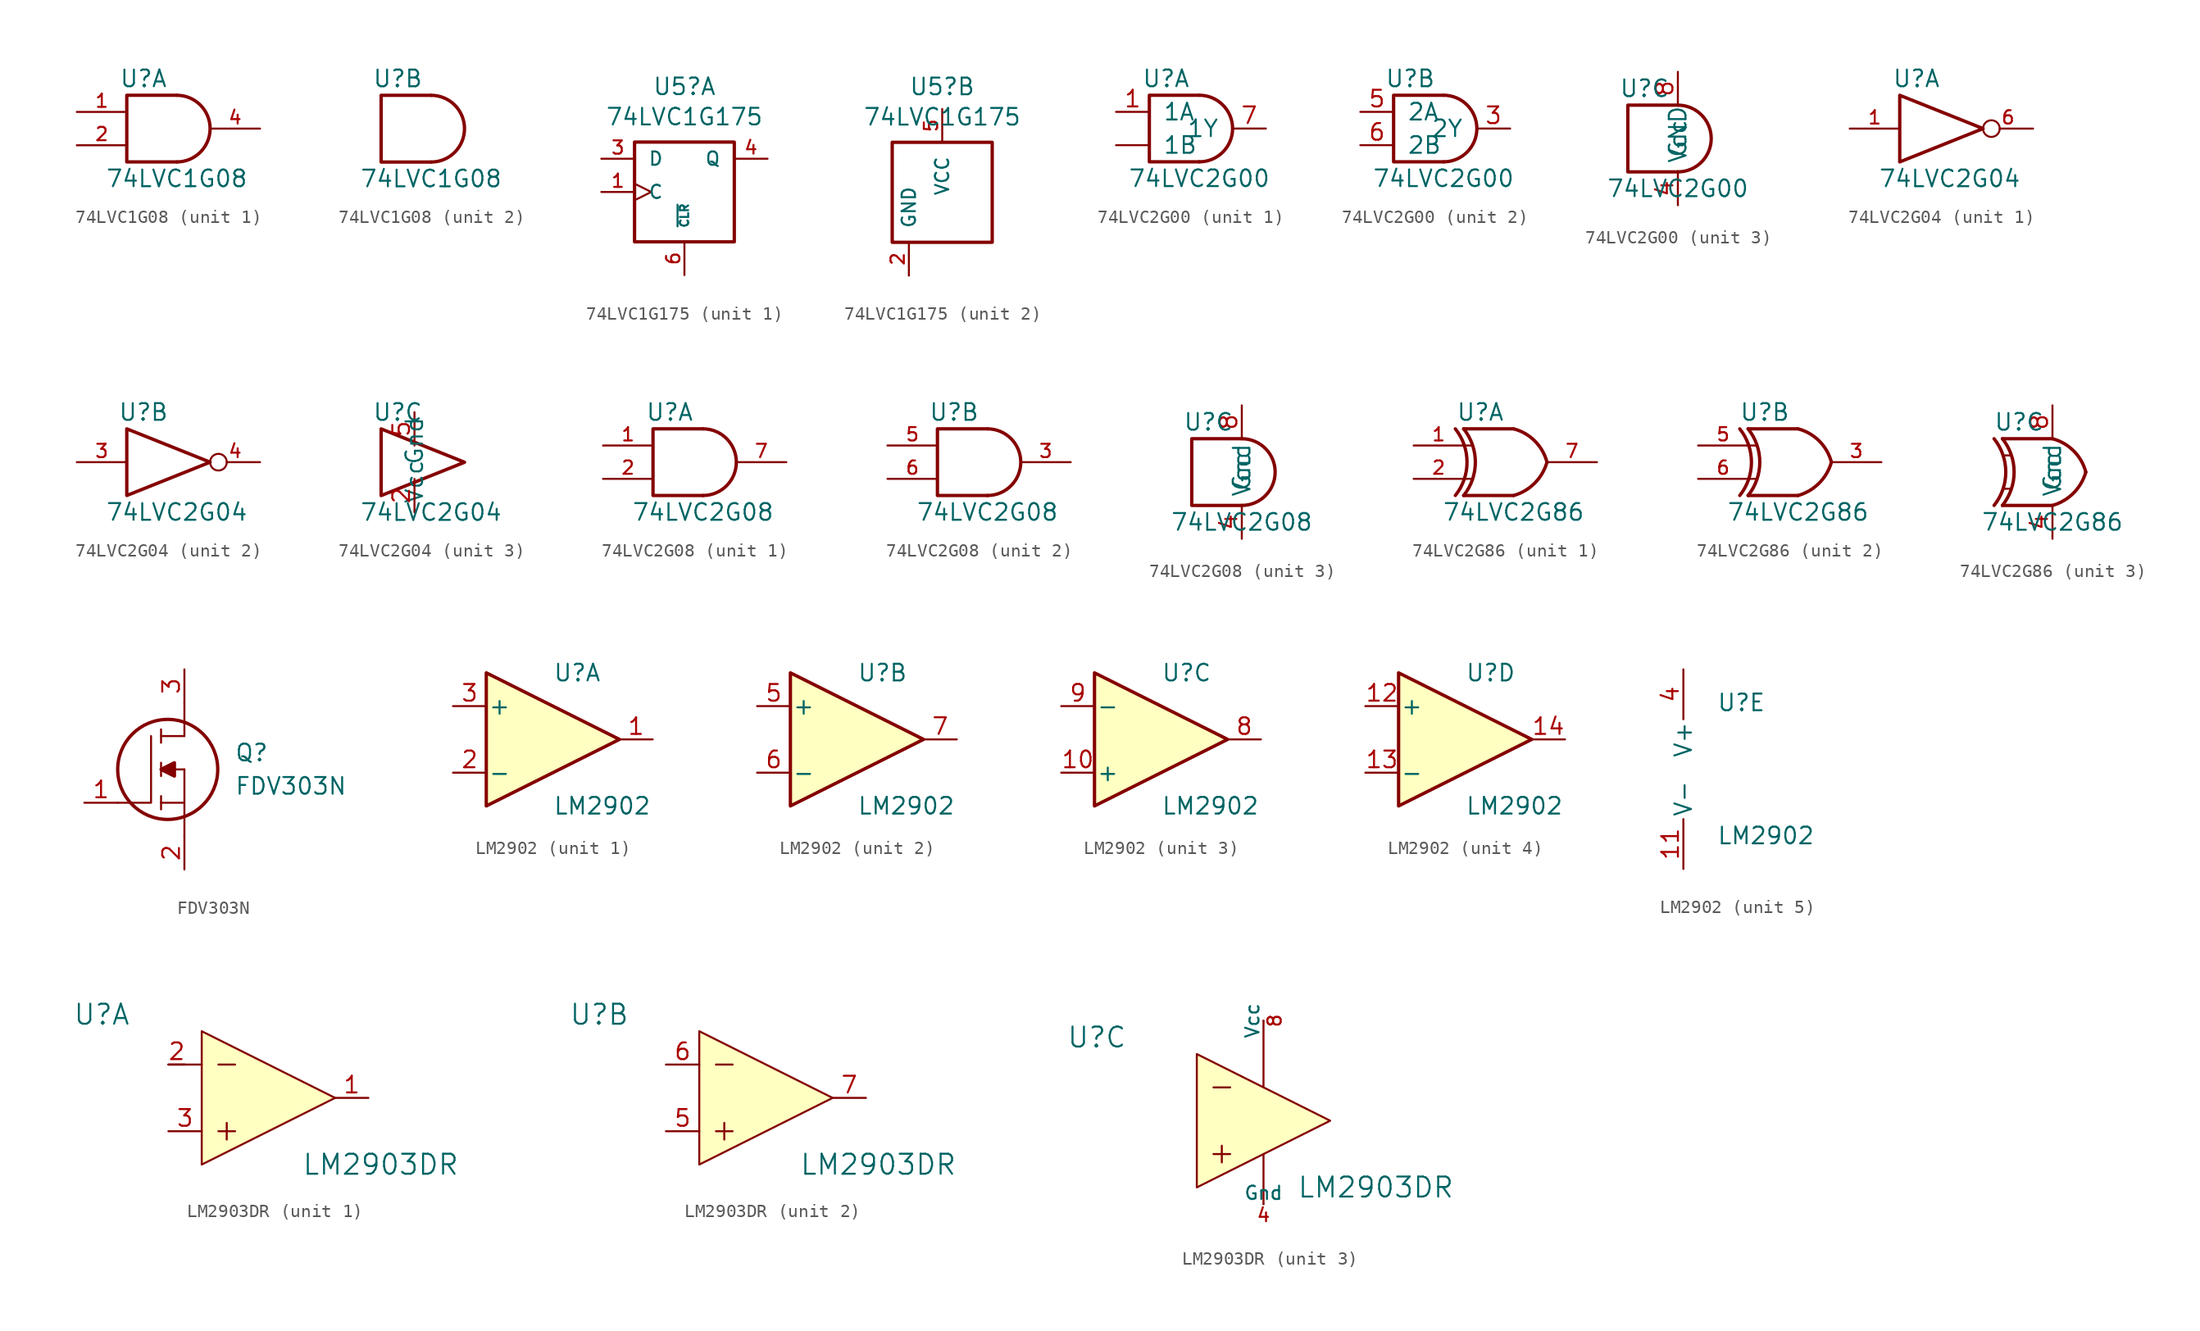
<source format=kicad_sym>
(kicad_symbol_lib
  (version 20211014)
  (generator kicad_symbol_editor)
  (symbol "74LVC1G08"
    (pin_names
      (offset 1.016))
    (property "Reference" "U"
      (at -2.54 3.81 0)
      (effects (font (size 1.27 1.27))))
    (property "Value" "74LVC1G08"
      (at 0 -3.81 0)
      (effects (font (size 1.27 1.27))))
    (property "ki_locked" ""
      (at 0 0 0)
      (effects (font (size 1.27 1.27))))
    (symbol "74LVC1G08_0_1"
      (arc (start 0 -2.54) (mid 2.54 0) (end 0 2.54) (stroke (width 0.254) (type default) (color 0 0 0 0)) (fill (type none)))
      (polyline (pts (xy 0 -2.54) (xy -3.81 -2.54) (xy -3.81 2.54) (xy 0 2.54)) (stroke (width 0.254) (type default) (color 0 0 0 0)) (fill (type none))))
    (symbol "74LVC1G08_1_1"
      (pin input line (at -7.62 1.27 0) (length 3.81) (name "~" (effects (font (size 1.016 1.016)))) (number "1" (effects (font (size 1.016 1.016)))))
      (pin input line (at -7.62 -1.27 0) (length 3.81) (name "~" (effects (font (size 1.016 1.016)))) (number "2" (effects (font (size 1.016 1.016)))))
      (pin output line (at 6.35 0 180) (length 3.81) (name "~" (effects (font (size 1.016 1.016)))) (number "4" (effects (font (size 1.016 1.016))))))
    (symbol "74LVC1G08_2_1"
      (pin power_in line (at 0 -2.54 270) (length 0) hide (name "GND" (effects (font (size 1.016 1.016)))) (number "3" (effects (font (size 1.016 1.016)))))
      (pin power_in line (at 0 2.54 90) (length 0) hide (name "VCC" (effects (font (size 1.016 1.016)))) (number "5" (effects (font (size 1.016 1.016)))))))
  (symbol "74LVC1G175"
    (pin_names
      (offset 1.016))
    (property "Reference" "U5"
      (at 0 8.052 0)
      (effects (font (size 1.27 1.27))))
    (property "Value" "74LVC1G175"
      (at 0 5.74 0)
      (effects (font (size 1.27 1.27))))
    (property "ki_locked" ""
      (at 0 0 0)
      (effects (font (size 1.27 1.27))))
    (symbol "74LVC1G175_0_1"
      (rectangle (start -3.81 3.81) (end 3.81 -3.81) (stroke (width 0.254) (type default) (color 0 0 0 0)) (fill (type none))))
    (symbol "74LVC1G175_1_1"
      (pin input clock (at -6.35 0 0) (length 2.54) (name "C" (effects (font (size 1.016 1.016)))) (number "1" (effects (font (size 1.016 1.016)))))
      (pin input line (at -6.35 2.54 0) (length 2.54) (name "D" (effects (font (size 1.016 1.016)))) (number "3" (effects (font (size 1.016 1.016)))))
      (pin output line (at 6.35 2.54 180) (length 2.54) (name "Q" (effects (font (size 1.016 1.016)))) (number "4" (effects (font (size 1.016 1.016)))))
      (pin input line (at 0 -6.35 90) (length 2.54) (name "~{CLR}" (effects (font (size 0.635 0.635)))) (number "6" (effects (font (size 1.016 1.016))))))
    (symbol "74LVC1G175_2_1"
      (pin power_in line (at -2.54 -6.35 90) (length 2.54) (name "GND" (effects (font (size 1.016 1.016)))) (number "2" (effects (font (size 1.016 1.016)))))
      (pin power_in line (at 0 6.35 270) (length 2.54) (name "VCC" (effects (font (size 1.016 1.016)))) (number "5" (effects (font (size 1.016 1.016)))))))
  (symbol "74LVC2G00"
    (pin_names
      (offset 1.016))
    (property "Reference" "U"
      (at -2.54 3.81 0)
      (effects (font (size 1.27 1.27))))
    (property "Value" "74LVC2G00"
      (at 0 -3.81 0)
      (effects (font (size 1.27 1.27))))
    (property "ki_locked" ""
      (at 0 0 0)
      (effects (font (size 1.27 1.27))))
    (symbol "74LVC2G00_0_1"
      (arc (start 0 -2.54) (mid 2.54 0) (end 0 2.54) (stroke (width 0.254) (type default) (color 0 0 0 0)) (fill (type none)))
      (polyline (pts (xy 0 -2.54) (xy -3.81 -2.54) (xy -3.81 2.54) (xy 0 2.54)) (stroke (width 0.254) (type default) (color 0 0 0 0)) (fill (type none))))
    (symbol "74LVC2G00_1_1"
      (pin input line (at -6.35 1.27 0) (length 2.54) (name "1A" (effects (font (size 1.27 1.27)))) (number "1" (effects (font (size 1.27 1.27)))))
      (pin output line (at 5.08 0 180) (length 2.54) (name "1Y" (effects (font (size 1.27 1.27)))) (number "7" (effects (font (size 1.27 1.27)))))
      (pin input line (at -6.35 -1.27 0) (length 2.54) (name "1B" (effects (font (size 1.27 1.27)))) (number "~" (effects (font (size 1.27 1.27))))))
    (symbol "74LVC2G00_2_1"
      (pin output line (at 5.08 0 180) (length 2.54) (name "2Y" (effects (font (size 1.27 1.27)))) (number "3" (effects (font (size 1.27 1.27)))))
      (pin output line (at -6.35 1.27 0) (length 2.54) (name "2A" (effects (font (size 1.27 1.27)))) (number "5" (effects (font (size 1.27 1.27)))))
      (pin output line (at -6.35 -1.27 0) (length 2.54) (name "2B" (effects (font (size 1.27 1.27)))) (number "6" (effects (font (size 1.27 1.27))))))
    (symbol "74LVC2G00_3_1"
      (pin power_in line (at 0 -5.08 90) (length 2.54) (name "GND" (effects (font (size 1.27 1.27)))) (number "4" (effects (font (size 1.27 1.27)))))
      (pin power_in line (at 0 5.08 270) (length 2.54) (name "Vcc" (effects (font (size 1.27 1.27)))) (number "8" (effects (font (size 1.27 1.27)))))))
  (symbol "74LVC2G04"
    (pin_names
      (offset 1.016))
    (property "Reference" "U"
      (at -2.54 3.81 0)
      (effects (font (size 1.27 1.27))))
    (property "Value" "74LVC2G04"
      (at 0 -3.81 0)
      (effects (font (size 1.27 1.27))))
    (property "ki_locked" ""
      (at 0 0 0)
      (effects (font (size 1.27 1.27))))
    (symbol "74LVC2G04_0_1"
      (polyline (pts (xy -3.81 2.54) (xy -3.81 -2.54) (xy 2.54 0) (xy -3.81 2.54)) (stroke (width 0.254) (type default) (color 0 0 0 0)) (fill (type none))))
    (symbol "74LVC2G04_1_1"
      (pin input line (at -7.62 0 0) (length 3.81) (name "~" (effects (font (size 1.016 1.016)))) (number "1" (effects (font (size 1.016 1.016)))))
      (pin output inverted (at 6.35 0 180) (length 3.81) (name "~" (effects (font (size 1.016 1.016)))) (number "6" (effects (font (size 1.016 1.016))))))
    (symbol "74LVC2G04_2_1"
      (pin input line (at -7.62 0 0) (length 3.81) (name "~" (effects (font (size 1.016 1.016)))) (number "3" (effects (font (size 1.016 1.016)))))
      (pin output inverted (at 6.35 0 180) (length 3.81) (name "~" (effects (font (size 1.016 1.016)))) (number "4" (effects (font (size 1.016 1.016))))))
    (symbol "74LVC2G04_3_1"
      (pin power_in line (at -1.27 -3.81 90) (length 2.54) (name "Gnd" (effects (font (size 1.27 1.27)))) (number "2" (effects (font (size 1.27 1.27)))))
      (pin power_in line (at -1.27 3.81 270) (length 2.54) (name "Vcc" (effects (font (size 1.27 1.27)))) (number "5" (effects (font (size 1.27 1.27)))))))
  (symbol "74LVC2G08"
    (pin_names
      (offset 1.016))
    (property "Reference" "U"
      (at -2.54 3.81 0)
      (effects (font (size 1.27 1.27))))
    (property "Value" "74LVC2G08"
      (at 0 -3.81 0)
      (effects (font (size 1.27 1.27))))
    (property "ki_locked" ""
      (at 0 0 0)
      (effects (font (size 1.27 1.27))))
    (symbol "74LVC2G08_0_1"
      (arc (start 0 -2.54) (mid 2.54 0) (end 0 2.54) (stroke (width 0.254) (type default) (color 0 0 0 0)) (fill (type none)))
      (polyline (pts (xy 0 -2.54) (xy -3.81 -2.54) (xy -3.81 2.54) (xy 0 2.54)) (stroke (width 0.254) (type default) (color 0 0 0 0)) (fill (type none))))
    (symbol "74LVC2G08_1_1"
      (pin input line (at -7.62 1.27 0) (length 3.81) (name "~" (effects (font (size 1.016 1.016)))) (number "1" (effects (font (size 1.016 1.016)))))
      (pin input line (at -7.62 -1.27 0) (length 3.81) (name "~" (effects (font (size 1.016 1.016)))) (number "2" (effects (font (size 1.016 1.016)))))
      (pin output line (at 6.35 0 180) (length 3.81) (name "~" (effects (font (size 1.016 1.016)))) (number "7" (effects (font (size 1.016 1.016))))))
    (symbol "74LVC2G08_2_1"
      (pin output line (at 6.35 0 180) (length 3.81) (name "~" (effects (font (size 1.016 1.016)))) (number "3" (effects (font (size 1.016 1.016)))))
      (pin input line (at -7.62 1.27 0) (length 3.81) (name "~" (effects (font (size 1.016 1.016)))) (number "5" (effects (font (size 1.016 1.016)))))
      (pin input line (at -7.62 -1.27 0) (length 3.81) (name "~" (effects (font (size 1.016 1.016)))) (number "6" (effects (font (size 1.016 1.016))))))
    (symbol "74LVC2G08_3_1"
      (pin power_in line (at 0 -5.08 90) (length 2.54) (name "Gnd" (effects (font (size 1.27 1.27)))) (number "4" (effects (font (size 1.27 1.27)))))
      (pin power_in line (at 0 5.08 270) (length 2.54) (name "Vcc" (effects (font (size 1.27 1.27)))) (number "8" (effects (font (size 1.27 1.27)))))))
  (symbol "74LVC2G86"
    (pin_names
      (offset 1.016))
    (property "Reference" "U"
      (at -2.54 3.81 0)
      (effects (font (size 1.27 1.27))))
    (property "Value" "74LVC2G86"
      (at 0 -3.81 0)
      (effects (font (size 1.27 1.27))))
    (property "ki_locked" ""
      (at 0 0 0)
      (effects (font (size 1.27 1.27))))
    (symbol "74LVC2G86_0_1"
      (arc (start -4.445 -2.54) (mid -3.554 0) (end -4.445 2.54) (stroke (width 0.254) (type default) (color 0 0 0 0)) (fill (type none)))
      (arc (start -3.81 -2.54) (mid -2.919 0) (end -3.81 2.54) (stroke (width 0.254) (type default) (color 0 0 0 0)) (fill (type none)))
      (arc (start 0 -2.54) (mid 1.5993 -1.6027) (end 2.54 0) (stroke (width 0.254) (type default) (color 0 0 0 0)) (fill (type none)))
      (polyline (pts (xy -3.81 -1.27) (xy -3.175 -1.27)) (stroke (width 0) (type default) (color 0 0 0 0)) (fill (type none)))
      (polyline (pts (xy -3.81 1.27) (xy -3.175 1.27)) (stroke (width 0) (type default) (color 0 0 0 0)) (fill (type none)))
      (polyline (pts (xy 0 -2.54) (xy -3.81 -2.54)) (stroke (width 0.254) (type default) (color 0 0 0 0)) (fill (type background)))
      (polyline (pts (xy 0 2.54) (xy -3.81 2.54)) (stroke (width 0.254) (type default) (color 0 0 0 0)) (fill (type background)))
      (arc (start 2.54 0) (mid 1.6119 1.6152) (end 0 2.54) (stroke (width 0.254) (type default) (color 0 0 0 0)) (fill (type none))))
    (symbol "74LVC2G86_1_1"
      (pin input line (at -7.62 1.27 0) (length 3.81) (name "~" (effects (font (size 1.016 1.016)))) (number "1" (effects (font (size 1.016 1.016)))))
      (pin input line (at -7.62 -1.27 0) (length 3.81) (name "~" (effects (font (size 1.016 1.016)))) (number "2" (effects (font (size 1.016 1.016)))))
      (pin output line (at 6.35 0 180) (length 3.81) (name "~" (effects (font (size 1.016 1.016)))) (number "7" (effects (font (size 1.016 1.016))))))
    (symbol "74LVC2G86_2_1"
      (pin output line (at 6.35 0 180) (length 3.81) (name "~" (effects (font (size 1.016 1.016)))) (number "3" (effects (font (size 1.016 1.016)))))
      (pin input line (at -7.62 1.27 0) (length 3.81) (name "~" (effects (font (size 1.016 1.016)))) (number "5" (effects (font (size 1.016 1.016)))))
      (pin input line (at -7.62 -1.27 0) (length 3.81) (name "~" (effects (font (size 1.016 1.016)))) (number "6" (effects (font (size 1.016 1.016))))))
    (symbol "74LVC2G86_3_1"
      (pin power_in line (at 0 -5.08 90) (length 2.54) (name "Gnd" (effects (font (size 1.27 1.27)))) (number "4" (effects (font (size 1.27 1.27)))))
      (pin power_in line (at 0 5.08 270) (length 2.54) (name "Vcc" (effects (font (size 1.27 1.27)))) (number "8" (effects (font (size 1.27 1.27)))))))
  (symbol "FDV303N"
    (pin_names
      (offset 0.762))
    (property "Reference" "Q"
      (at 11.43 3.81 0)
      (effects (font (size 1.27 1.27)) (justify left)))
    (property "Value" "FDV303N"
      (at 11.43 1.27 0)
      (effects (font (size 1.27 1.27)) (justify left)))
    (symbol "FDV303N_0_0"
      (pin input line (at 0 0 0) (length 2.54) (name "~" (effects (font (size 1.27 1.27)))) (number "1" (effects (font (size 1.27 1.27)))))
      (pin power_in line (at 7.62 -5.08 90) (length 2.54) (name "~" (effects (font (size 1.27 1.27)))) (number "2" (effects (font (size 1.27 1.27)))))
      (pin output line (at 7.62 10.16 270) (length 2.54) (name "~" (effects (font (size 1.27 1.27)))) (number "3" (effects (font (size 1.27 1.27))))))
    (symbol "FDV303N_0_1"
      (polyline (pts (xy 5.842 -0.508) (xy 5.842 0.508)) (stroke (width 0.152) (type default) (color 0 0 0 0)) (fill (type none)))
      (polyline (pts (xy 5.842 0) (xy 7.62 0)) (stroke (width 0.152) (type default) (color 0 0 0 0)) (fill (type none)))
      (polyline (pts (xy 5.842 2.032) (xy 5.842 3.048)) (stroke (width 0.152) (type default) (color 0 0 0 0)) (fill (type none)))
      (polyline (pts (xy 5.842 5.588) (xy 5.842 4.572)) (stroke (width 0.152) (type default) (color 0 0 0 0)) (fill (type none)))
      (polyline (pts (xy 7.62 2.54) (xy 5.842 2.54)) (stroke (width 0.152) (type default) (color 0 0 0 0)) (fill (type none)))
      (polyline (pts (xy 7.62 2.54) (xy 7.62 -2.54)) (stroke (width 0.152) (type default) (color 0 0 0 0)) (fill (type none)))
      (polyline (pts (xy 7.62 5.08) (xy 5.842 5.08)) (stroke (width 0.152) (type default) (color 0 0 0 0)) (fill (type none)))
      (polyline (pts (xy 7.62 5.08) (xy 7.62 7.62)) (stroke (width 0.152) (type default) (color 0 0 0 0)) (fill (type none)))
      (polyline (pts (xy 2.54 0) (xy 5.08 0) (xy 5.08 5.08)) (stroke (width 0.152) (type default) (color 0 0 0 0)) (fill (type none)))
      (polyline (pts (xy 5.842 2.54) (xy 6.858 3.048) (xy 6.858 2.032) (xy 5.842 2.54)) (stroke (width 0.254) (type default) (color 0 0 0 0)) (fill (type outline)))
      (circle (center 6.35 2.54) (radius 3.81) (stroke (width 0.254) (type default) (color 0 0 0 0)) (fill (type none)))))
  (symbol "LM2902"
    (pin_names
      (offset 0.127))
    (property "Reference" "U"
      (at 0 5.08 0)
      (effects (font (size 1.27 1.27)) (justify left)))
    (property "Value" "LM2902"
      (at 0 -5.08 0)
      (effects (font (size 1.27 1.27)) (justify left)))
    (property "ki_locked" ""
      (at 0 0 0)
      (effects (font (size 1.27 1.27))))
    (symbol "LM2902_1_1"
      (polyline (pts (xy -5.08 5.08) (xy 5.08 0) (xy -5.08 -5.08) (xy -5.08 5.08)) (stroke (width 0.254) (type default) (color 0 0 0 0)) (fill (type background)))
      (pin output line (at 7.62 0 180) (length 2.54) (name "~" (effects (font (size 1.27 1.27)))) (number "1" (effects (font (size 1.27 1.27)))))
      (pin input line (at -7.62 -2.54 0) (length 2.54) (name "-" (effects (font (size 1.27 1.27)))) (number "2" (effects (font (size 1.27 1.27)))))
      (pin input line (at -7.62 2.54 0) (length 2.54) (name "+" (effects (font (size 1.27 1.27)))) (number "3" (effects (font (size 1.27 1.27))))))
    (symbol "LM2902_2_1"
      (polyline (pts (xy -5.08 5.08) (xy 5.08 0) (xy -5.08 -5.08) (xy -5.08 5.08)) (stroke (width 0.254) (type default) (color 0 0 0 0)) (fill (type background)))
      (pin input line (at -7.62 2.54 0) (length 2.54) (name "+" (effects (font (size 1.27 1.27)))) (number "5" (effects (font (size 1.27 1.27)))))
      (pin input line (at -7.62 -2.54 0) (length 2.54) (name "-" (effects (font (size 1.27 1.27)))) (number "6" (effects (font (size 1.27 1.27)))))
      (pin output line (at 7.62 0 180) (length 2.54) (name "~" (effects (font (size 1.27 1.27)))) (number "7" (effects (font (size 1.27 1.27))))))
    (symbol "LM2902_3_1"
      (polyline (pts (xy -5.08 5.08) (xy 5.08 0) (xy -5.08 -5.08) (xy -5.08 5.08)) (stroke (width 0.254) (type default) (color 0 0 0 0)) (fill (type background)))
      (pin input line (at -7.62 -2.54 0) (length 2.54) (name "+" (effects (font (size 1.27 1.27)))) (number "10" (effects (font (size 1.27 1.27)))))
      (pin output line (at 7.62 0 180) (length 2.54) (name "~" (effects (font (size 1.27 1.27)))) (number "8" (effects (font (size 1.27 1.27)))))
      (pin input line (at -7.62 2.54 0) (length 2.54) (name "-" (effects (font (size 1.27 1.27)))) (number "9" (effects (font (size 1.27 1.27))))))
    (symbol "LM2902_4_1"
      (polyline (pts (xy -5.08 5.08) (xy 5.08 0) (xy -5.08 -5.08) (xy -5.08 5.08)) (stroke (width 0.254) (type default) (color 0 0 0 0)) (fill (type background)))
      (pin input line (at -7.62 2.54 0) (length 2.54) (name "+" (effects (font (size 1.27 1.27)))) (number "12" (effects (font (size 1.27 1.27)))))
      (pin input line (at -7.62 -2.54 0) (length 2.54) (name "-" (effects (font (size 1.27 1.27)))) (number "13" (effects (font (size 1.27 1.27)))))
      (pin output line (at 7.62 0 180) (length 2.54) (name "~" (effects (font (size 1.27 1.27)))) (number "14" (effects (font (size 1.27 1.27))))))
    (symbol "LM2902_5_1"
      (pin power_in line (at -2.54 -7.62 90) (length 3.81) (name "V-" (effects (font (size 1.27 1.27)))) (number "11" (effects (font (size 1.27 1.27)))))
      (pin power_in line (at -2.54 7.62 270) (length 3.81) (name "V+" (effects (font (size 1.27 1.27)))) (number "4" (effects (font (size 1.27 1.27)))))))
  (symbol "LM2903DR"
    (pin_names
      (offset 0))
    (property "Reference" "U"
      (at -12.7 6.35 0)
      (effects (font (size 1.524 1.524))))
    (property "Value" "LM2903DR"
      (at 2.54 -5.08 0)
      (effects (font (size 1.524 1.524)) (justify left)))
    (property "ki_locked" ""
      (at 0 0 0)
      (effects (font (size 1.27 1.27))))
    (symbol "LM2903DR_0_1"
      (polyline (pts (xy -3.81 -2.54) (xy -2.54 -2.54)) (stroke (width 0) (type default) (color 0 0 0 0)) (fill (type none)))
      (polyline (pts (xy -3.81 2.54) (xy -2.54 2.54)) (stroke (width 0) (type default) (color 0 0 0 0)) (fill (type none)))
      (polyline (pts (xy -3.175 -1.905) (xy -3.175 -2.54) (xy -3.175 -3.175)) (stroke (width 0) (type default) (color 0 0 0 0)) (fill (type none)))
      (polyline (pts (xy -5.08 5.08) (xy -5.08 -5.08) (xy 5.08 0) (xy -5.08 5.08)) (stroke (width 0) (type default) (color 0 0 0 0)) (fill (type background))))
    (symbol "LM2903DR_1_1"
      (polyline (pts (xy -7.62 2.54) (xy -5.08 2.54)) (stroke (width 0) (type default) (color 0 0 0 0)) (fill (type none)))
      (pin output line (at 7.62 0 180) (length 2.54) (name "~" (effects (font (size 1.27 1.27)))) (number "1" (effects (font (size 1.27 1.27)))))
      (pin input line (at -7.62 2.54 0) (length 1.27) (name "~" (effects (font (size 1.27 1.27)))) (number "2" (effects (font (size 1.27 1.27)))))
      (pin input line (at -7.62 -2.54 0) (length 2.54) (name "~" (effects (font (size 1.27 1.27)))) (number "3" (effects (font (size 1.27 1.27))))))
    (symbol "LM2903DR_2_1"
      (pin input line (at -7.62 -2.54 0) (length 2.54) (name "~" (effects (font (size 1.27 1.27)))) (number "5" (effects (font (size 1.27 1.27)))))
      (pin input line (at -7.62 2.54 0) (length 2.54) (name "~" (effects (font (size 1.27 1.27)))) (number "6" (effects (font (size 1.27 1.27)))))
      (pin output line (at 7.62 0 180) (length 2.54) (name "~" (effects (font (size 1.27 1.27)))) (number "7" (effects (font (size 1.27 1.27))))))
    (symbol "LM2903DR_3_1"
      (polyline (pts (xy 0 -6.35) (xy 0 -2.54)) (stroke (width 0) (type default) (color 0 0 0 0)) (fill (type none)))
      (polyline (pts (xy 0 7.62) (xy 0 2.54)) (stroke (width 0) (type default) (color 0 0 0 0)) (fill (type none)))
      (pin power_in line (at 0 -6.35 0) (length 0) (name "Gnd" (effects (font (size 1.016 1.016)))) (number "4" (effects (font (size 1.016 1.016)))))
      (pin power_in line (at 0 7.62 270) (length 0) (name "Vcc" (effects (font (size 1.016 1.016)))) (number "8" (effects (font (size 1.016 1.016))))))))
</source>
